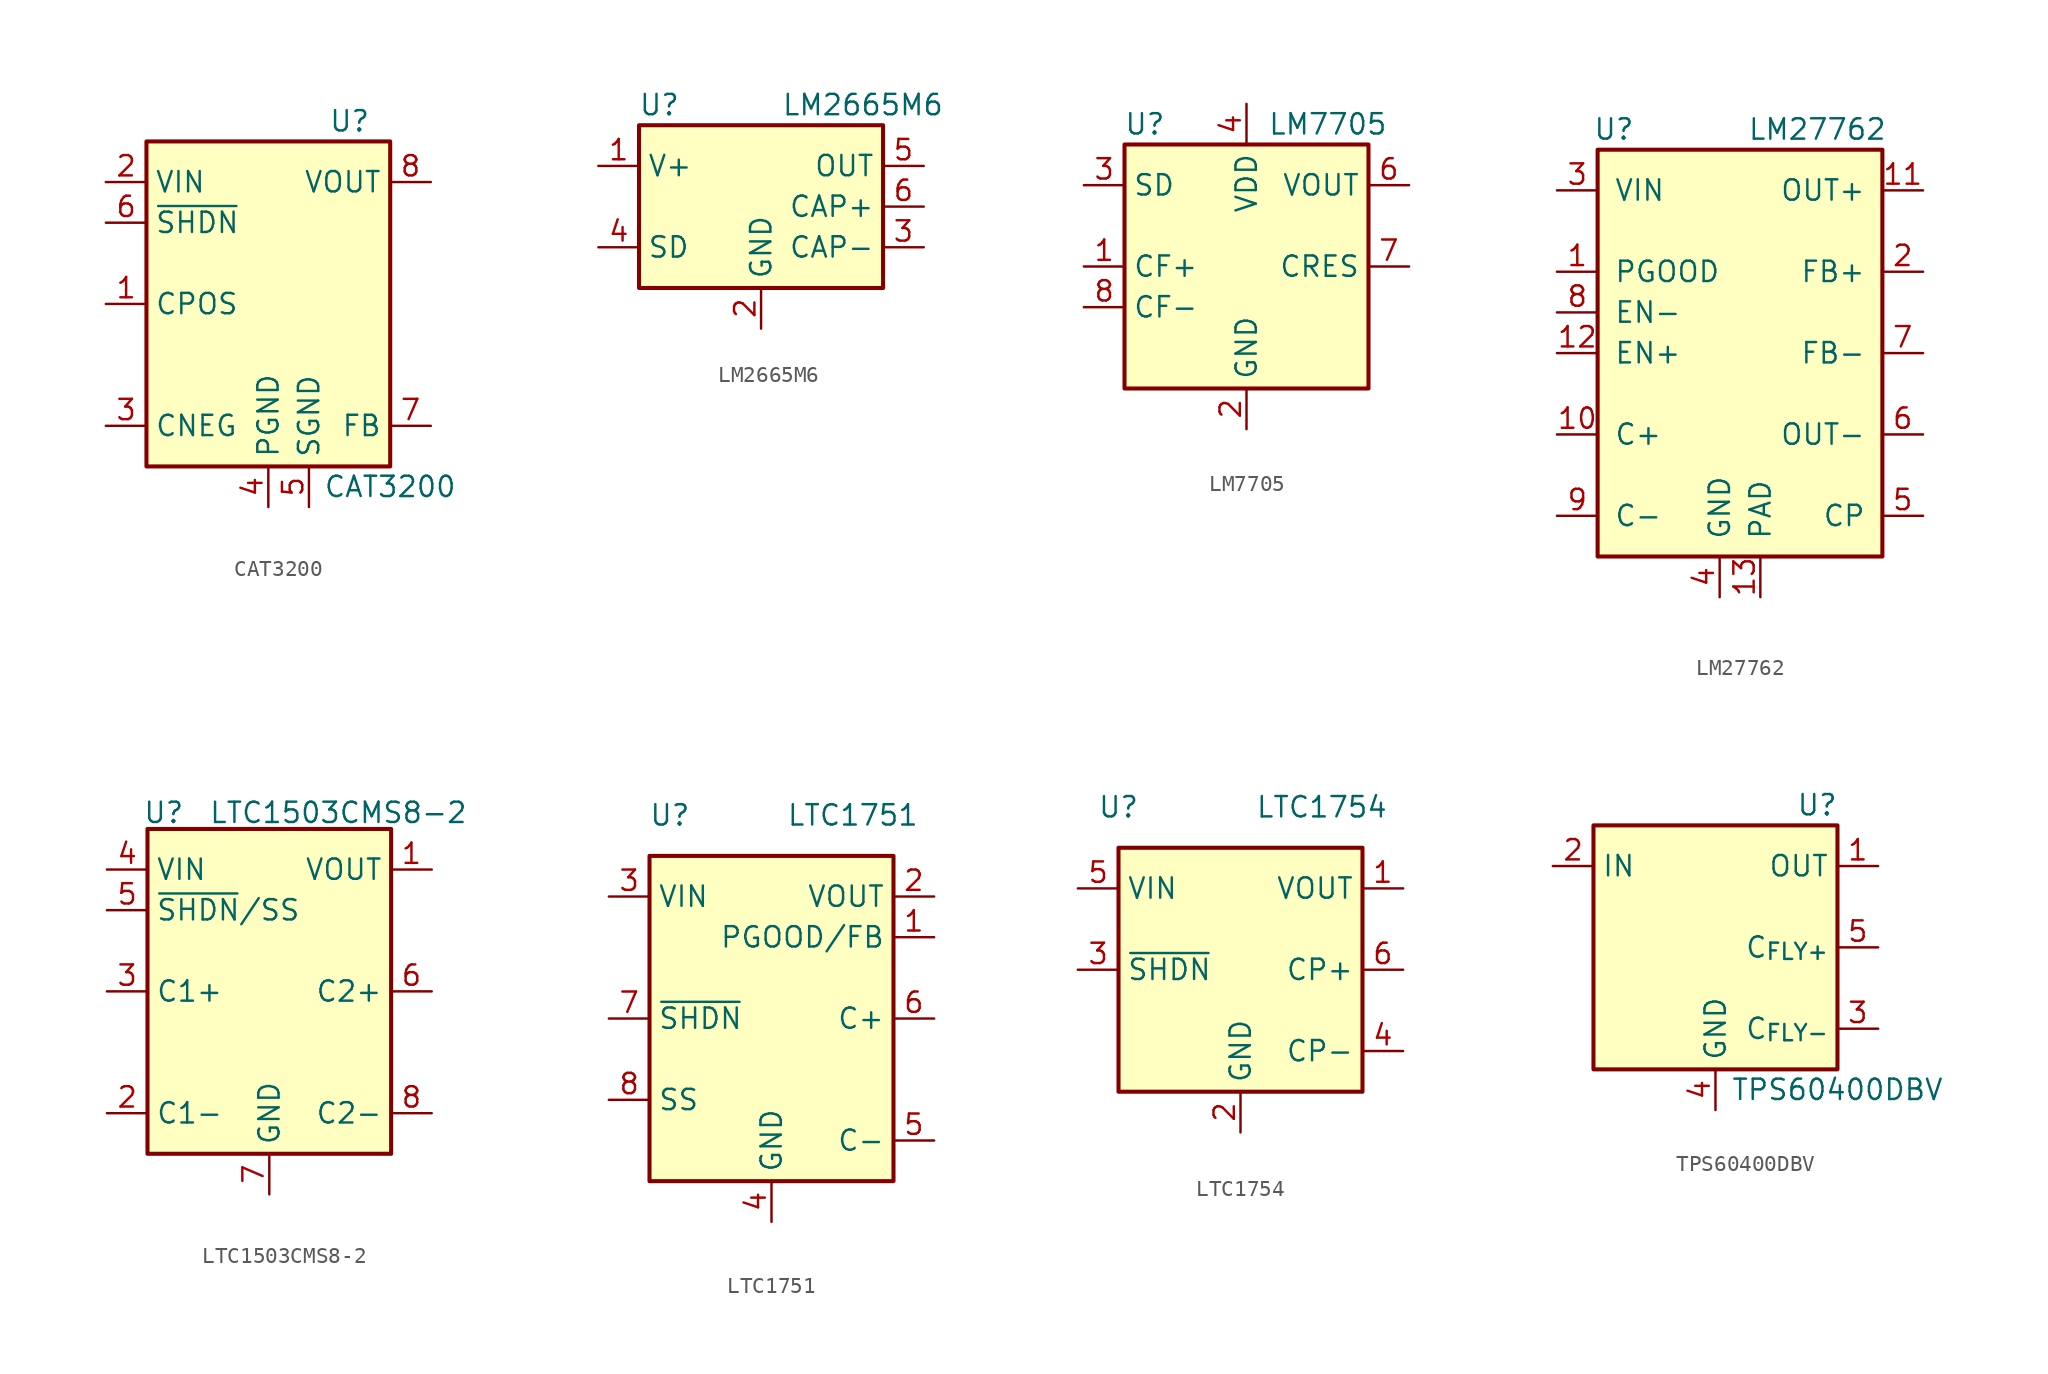
<source format=kicad_sym>
(kicad_symbol_lib
  (version 20231120)
  (generator "kicad_symbol_editor")
  (generator_version "8.0")
  (symbol "CAT3200"
    (property "Reference" "U"
      (at 5.08 11.43 0)
      (effects (font (size 1.27 1.27))))
    (property "Value" "CAT3200"
      (at 7.62 -11.43 0)
      (effects (font (size 1.27 1.27))))
    (symbol "CAT3200_0_1"
      (rectangle (start -7.62 10.16) (end 7.62 -10.16) (stroke (width 0.254) (type default)) (fill (type background))))
    (symbol "CAT3200_1_1"
      (pin passive line (at -10.16 0 0) (length 2.54) (name "CPOS" (effects (font (size 1.27 1.27)))) (number "1" (effects (font (size 1.27 1.27)))))
      (pin power_in line (at -10.16 7.62 0) (length 2.54) (name "VIN" (effects (font (size 1.27 1.27)))) (number "2" (effects (font (size 1.27 1.27)))))
      (pin passive line (at -10.16 -7.62 0) (length 2.54) (name "CNEG" (effects (font (size 1.27 1.27)))) (number "3" (effects (font (size 1.27 1.27)))))
      (pin power_in line (at 0 -12.7 90) (length 2.54) (name "PGND" (effects (font (size 1.27 1.27)))) (number "4" (effects (font (size 1.27 1.27)))))
      (pin power_in line (at 2.54 -12.7 90) (length 2.54) (name "SGND" (effects (font (size 1.27 1.27)))) (number "5" (effects (font (size 1.27 1.27)))))
      (pin input line (at -10.16 5.08 0) (length 2.54) (name "~{SHDN}" (effects (font (size 1.27 1.27)))) (number "6" (effects (font (size 1.27 1.27)))))
      (pin input line (at 10.16 -7.62 180) (length 2.54) (name "FB" (effects (font (size 1.27 1.27)))) (number "7" (effects (font (size 1.27 1.27)))))
      (pin power_out line (at 10.16 7.62 180) (length 2.54) (name "VOUT" (effects (font (size 1.27 1.27)))) (number "8" (effects (font (size 1.27 1.27)))))))
  (symbol "LM2665M6"
    (property "Reference" "U"
      (at -6.35 6.35 0)
      (effects (font (size 1.27 1.27))))
    (property "Value" "LM2665M6"
      (at 1.27 6.35 0)
      (effects (font (size 1.27 1.27)) (justify left)))
    (symbol "LM2665M6_0_1"
      (rectangle (start -7.62 5.08) (end 7.62 -5.08) (stroke (width 0.254) (type default)) (fill (type background))))
    (symbol "LM2665M6_1_1"
      (pin passive line (at -10.16 2.54 0) (length 2.54) (name "V+" (effects (font (size 1.27 1.27)))) (number "1" (effects (font (size 1.27 1.27)))))
      (pin power_in line (at 0 -7.62 90) (length 2.54) (name "GND" (effects (font (size 1.27 1.27)))) (number "2" (effects (font (size 1.27 1.27)))))
      (pin passive line (at 10.16 -2.54 180) (length 2.54) (name "CAP-" (effects (font (size 1.27 1.27)))) (number "3" (effects (font (size 1.27 1.27)))))
      (pin input line (at -10.16 -2.54 0) (length 2.54) (name "SD" (effects (font (size 1.27 1.27)))) (number "4" (effects (font (size 1.27 1.27)))))
      (pin passive line (at 10.16 2.54 180) (length 2.54) (name "OUT" (effects (font (size 1.27 1.27)))) (number "5" (effects (font (size 1.27 1.27)))))
      (pin passive line (at 10.16 0 180) (length 2.54) (name "CAP+" (effects (font (size 1.27 1.27)))) (number "6" (effects (font (size 1.27 1.27)))))))
  (symbol "LM7705"
    (property "Reference" "U"
      (at -6.35 8.89 0)
      (effects (font (size 1.27 1.27))))
    (property "Value" "LM7705"
      (at 5.08 8.89 0)
      (effects (font (size 1.27 1.27))))
    (symbol "LM7705_0_1"
      (rectangle (start -7.62 7.62) (end 7.62 -7.62) (stroke (width 0.254) (type default)) (fill (type background))))
    (symbol "LM7705_1_1"
      (pin passive line (at -10.16 0 0) (length 2.54) (name "CF+" (effects (font (size 1.27 1.27)))) (number "1" (effects (font (size 1.27 1.27)))))
      (pin power_in line (at 0 -10.16 90) (length 2.54) (name "GND" (effects (font (size 1.27 1.27)))) (number "2" (effects (font (size 1.27 1.27)))))
      (pin input line (at -10.16 5.08 0) (length 2.54) (name "SD" (effects (font (size 1.27 1.27)))) (number "3" (effects (font (size 1.27 1.27)))))
      (pin power_in line (at 0 10.16 270) (length 2.54) (name "VDD" (effects (font (size 1.27 1.27)))) (number "4" (effects (font (size 1.27 1.27)))))
      (pin passive line (at 0 -10.16 90) (length 2.54) hide (name "GND" (effects (font (size 1.27 1.27)))) (number "5" (effects (font (size 1.27 1.27)))))
      (pin power_out line (at 10.16 5.08 180) (length 2.54) (name "VOUT" (effects (font (size 1.27 1.27)))) (number "6" (effects (font (size 1.27 1.27)))))
      (pin passive line (at 10.16 0 180) (length 2.54) (name "CRES" (effects (font (size 1.27 1.27)))) (number "7" (effects (font (size 1.27 1.27)))))
      (pin passive line (at -10.16 -2.54 0) (length 2.54) (name "CF-" (effects (font (size 1.27 1.27)))) (number "8" (effects (font (size 1.27 1.27)))))))
  (symbol "LM27762"
    (pin_names
      (offset 1.016))
    (property "Reference" "U"
      (at -6.604 8.89 0)
      (effects (font (size 1.27 1.27))))
    (property "Value" "LM27762"
      (at 6.096 8.89 0)
      (effects (font (size 1.27 1.27))))
    (symbol "LM27762_0_1"
      (rectangle (start -7.62 7.62) (end 10.16 -17.78) (stroke (width 0.254) (type default)) (fill (type background))))
    (symbol "LM27762_1_1"
      (pin open_collector line (at -10.16 0 0) (length 2.54) (name "PGOOD" (effects (font (size 1.27 1.27)))) (number "1" (effects (font (size 1.27 1.27)))))
      (pin passive line (at -10.16 -10.16 0) (length 2.54) (name "C+" (effects (font (size 1.27 1.27)))) (number "10" (effects (font (size 1.27 1.27)))))
      (pin power_out line (at 12.7 5.08 180) (length 2.54) (name "OUT+" (effects (font (size 1.27 1.27)))) (number "11" (effects (font (size 1.27 1.27)))))
      (pin input line (at -10.16 -5.08 0) (length 2.54) (name "EN+" (effects (font (size 1.27 1.27)))) (number "12" (effects (font (size 1.27 1.27)))))
      (pin power_in line (at 2.54 -20.32 90) (length 2.54) (name "PAD" (effects (font (size 1.27 1.27)))) (number "13" (effects (font (size 1.27 1.27)))))
      (pin input line (at 12.7 0 180) (length 2.54) (name "FB+" (effects (font (size 1.27 1.27)))) (number "2" (effects (font (size 1.27 1.27)))))
      (pin power_in line (at -10.16 5.08 0) (length 2.54) (name "VIN" (effects (font (size 1.27 1.27)))) (number "3" (effects (font (size 1.27 1.27)))))
      (pin power_in line (at 0 -20.32 90) (length 2.54) (name "GND" (effects (font (size 1.27 1.27)))) (number "4" (effects (font (size 1.27 1.27)))))
      (pin passive line (at 12.7 -15.24 180) (length 2.54) (name "CP" (effects (font (size 1.27 1.27)))) (number "5" (effects (font (size 1.27 1.27)))))
      (pin power_out line (at 12.7 -10.16 180) (length 2.54) (name "OUT-" (effects (font (size 1.27 1.27)))) (number "6" (effects (font (size 1.27 1.27)))))
      (pin input line (at 12.7 -5.08 180) (length 2.54) (name "FB-" (effects (font (size 1.27 1.27)))) (number "7" (effects (font (size 1.27 1.27)))))
      (pin input line (at -10.16 -2.54 0) (length 2.54) (name "EN-" (effects (font (size 1.27 1.27)))) (number "8" (effects (font (size 1.27 1.27)))))
      (pin passive line (at -10.16 -15.24 0) (length 2.54) (name "C-" (effects (font (size 1.27 1.27)))) (number "9" (effects (font (size 1.27 1.27)))))))
  (symbol "LTC1503CMS8-2"
    (property "Reference" "U"
      (at -6.604 11.176 0)
      (effects (font (size 1.27 1.27))))
    (property "Value" "LTC1503CMS8-2"
      (at 4.318 11.176 0)
      (effects (font (size 1.27 1.27))))
    (symbol "LTC1503CMS8-2_0_1"
      (rectangle (start -7.62 10.16) (end 7.62 -10.16) (stroke (width 0.254) (type default)) (fill (type background))))
    (symbol "LTC1503CMS8-2_1_1"
      (pin power_out line (at 10.16 7.62 180) (length 2.54) (name "VOUT" (effects (font (size 1.27 1.27)))) (number "1" (effects (font (size 1.27 1.27)))))
      (pin input line (at -10.16 -7.62 0) (length 2.54) (name "C1-" (effects (font (size 1.27 1.27)))) (number "2" (effects (font (size 1.27 1.27)))))
      (pin input line (at -10.16 0 0) (length 2.54) (name "C1+" (effects (font (size 1.27 1.27)))) (number "3" (effects (font (size 1.27 1.27)))))
      (pin power_in line (at -10.16 7.62 0) (length 2.54) (name "VIN" (effects (font (size 1.27 1.27)))) (number "4" (effects (font (size 1.27 1.27)))))
      (pin input line (at -10.16 5.08 0) (length 2.54) (name "~{SHDN}/SS" (effects (font (size 1.27 1.27)))) (number "5" (effects (font (size 1.27 1.27)))))
      (pin input line (at 10.16 0 180) (length 2.54) (name "C2+" (effects (font (size 1.27 1.27)))) (number "6" (effects (font (size 1.27 1.27)))))
      (pin power_in line (at 0 -12.7 90) (length 2.54) (name "GND" (effects (font (size 1.27 1.27)))) (number "7" (effects (font (size 1.27 1.27)))))
      (pin input line (at 10.16 -7.62 180) (length 2.54) (name "C2-" (effects (font (size 1.27 1.27)))) (number "8" (effects (font (size 1.27 1.27)))))))
  (symbol "LTC1751"
    (property "Reference" "U"
      (at -6.35 12.7 0)
      (effects (font (size 1.27 1.27))))
    (property "Value" "LTC1751"
      (at 5.08 12.7 0)
      (effects (font (size 1.27 1.27))))
    (symbol "LTC1751_0_1"
      (rectangle (start -7.62 10.16) (end 7.62 -10.16) (stroke (width 0.254) (type default)) (fill (type background))))
    (symbol "LTC1751_1_1"
      (pin output line (at 10.16 5.08 180) (length 2.54) (name "PGOOD/FB" (effects (font (size 1.27 1.27)))) (number "1" (effects (font (size 1.27 1.27)))))
      (pin power_out line (at 10.16 7.62 180) (length 2.54) (name "VOUT" (effects (font (size 1.27 1.27)))) (number "2" (effects (font (size 1.27 1.27)))))
      (pin power_in line (at -10.16 7.62 0) (length 2.54) (name "VIN" (effects (font (size 1.27 1.27)))) (number "3" (effects (font (size 1.27 1.27)))))
      (pin power_in line (at 0 -12.7 90) (length 2.54) (name "GND" (effects (font (size 1.27 1.27)))) (number "4" (effects (font (size 1.27 1.27)))))
      (pin input line (at 10.16 -7.62 180) (length 2.54) (name "C-" (effects (font (size 1.27 1.27)))) (number "5" (effects (font (size 1.27 1.27)))))
      (pin input line (at 10.16 0 180) (length 2.54) (name "C+" (effects (font (size 1.27 1.27)))) (number "6" (effects (font (size 1.27 1.27)))))
      (pin input line (at -10.16 0 0) (length 2.54) (name "~{SHDN}" (effects (font (size 1.27 1.27)))) (number "7" (effects (font (size 1.27 1.27)))))
      (pin input line (at -10.16 -5.08 0) (length 2.54) (name "SS" (effects (font (size 1.27 1.27)))) (number "8" (effects (font (size 1.27 1.27)))))))
  (symbol "LTC1754"
    (property "Reference" "U"
      (at -7.62 10.16 0)
      (effects (font (size 1.27 1.27))))
    (property "Value" "LTC1754"
      (at 5.08 10.16 0)
      (effects (font (size 1.27 1.27))))
    (symbol "LTC1754_0_1"
      (rectangle (start -7.62 7.62) (end 7.62 -7.62) (stroke (width 0.254) (type default)) (fill (type background))))
    (symbol "LTC1754_1_1"
      (pin power_out line (at 10.16 5.08 180) (length 2.54) (name "VOUT" (effects (font (size 1.27 1.27)))) (number "1" (effects (font (size 1.27 1.27)))))
      (pin power_in line (at 0 -10.16 90) (length 2.54) (name "GND" (effects (font (size 1.27 1.27)))) (number "2" (effects (font (size 1.27 1.27)))))
      (pin input line (at -10.16 0 0) (length 2.54) (name "~{SHDN}" (effects (font (size 1.27 1.27)))) (number "3" (effects (font (size 1.27 1.27)))))
      (pin passive line (at 10.16 -5.08 180) (length 2.54) (name "CP-" (effects (font (size 1.27 1.27)))) (number "4" (effects (font (size 1.27 1.27)))))
      (pin power_in line (at -10.16 5.08 0) (length 2.54) (name "VIN" (effects (font (size 1.27 1.27)))) (number "5" (effects (font (size 1.27 1.27)))))
      (pin passive line (at 10.16 0 180) (length 2.54) (name "CP+" (effects (font (size 1.27 1.27)))) (number "6" (effects (font (size 1.27 1.27)))))))
  (symbol "TPS60400DBV"
    (property "Reference" "U"
      (at 6.35 8.89 0)
      (effects (font (size 1.27 1.27))))
    (property "Value" "TPS60400DBV"
      (at 7.62 -8.89 0)
      (effects (font (size 1.27 1.27))))
    (symbol "TPS60400DBV_1_1"
      (rectangle (start -7.62 7.62) (end 7.62 -7.62) (stroke (width 0.254) (type default)) (fill (type background)))
      (pin power_out line (at 10.16 5.08 180) (length 2.54) (name "OUT" (effects (font (size 1.27 1.27)))) (number "1" (effects (font (size 1.27 1.27)))))
      (pin power_in line (at -10.16 5.08 0) (length 2.54) (name "IN" (effects (font (size 1.27 1.27)))) (number "2" (effects (font (size 1.27 1.27)))))
      (pin passive line (at 10.16 -5.08 180) (length 2.54) (name "C_{FLY-}" (effects (font (size 1.27 1.27)))) (number "3" (effects (font (size 1.27 1.27)))))
      (pin power_in line (at 0 -10.16 90) (length 2.54) (name "GND" (effects (font (size 1.27 1.27)))) (number "4" (effects (font (size 1.27 1.27)))))
      (pin passive line (at 10.16 0 180) (length 2.54) (name "C_{FLY+}" (effects (font (size 1.27 1.27)))) (number "5" (effects (font (size 1.27 1.27))))))))
</source>
